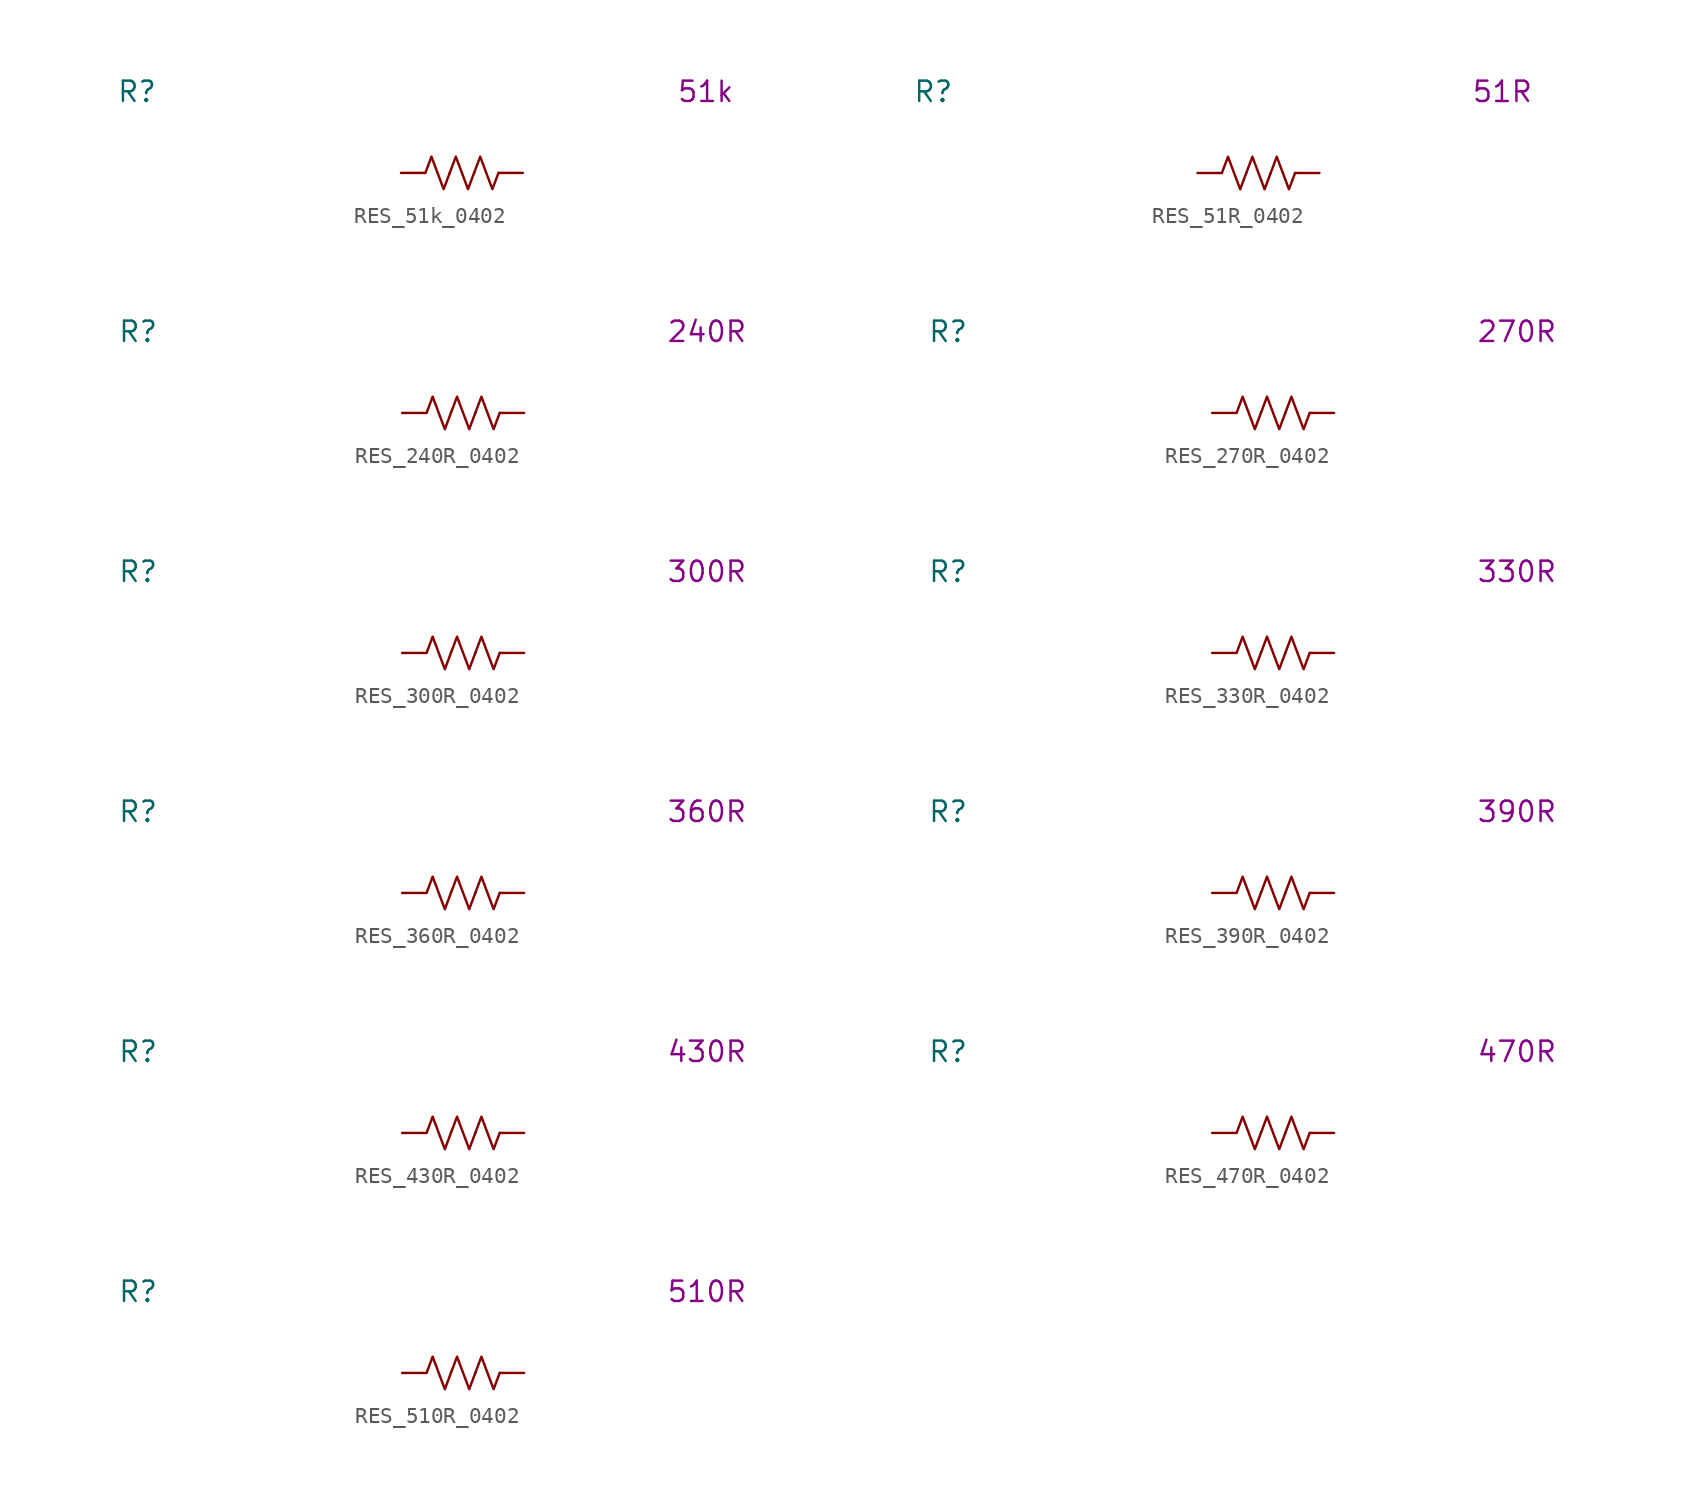
<source format=kicad_sym>
(kicad_symbol_lib
  (version 20231120)
  (generator "kicad_symbol_editor")
  (generator_version "8.0")
  (symbol "RES_51k_0402"
    (pin_numbers hide)
    (property "Reference" "R"
      (at -20.32 5.08 0)
      (effects (font (size 1.27 1.27))))
    (property "Display Value" "51k"
      (at 15.24 5.08 0)
      (effects (font (size 1.27 1.27))))
    (symbol "RES_51k_0402_0_1"
      (polyline (pts (xy -2.286 0) (xy -2.54 0)) (stroke (width 0) (type default)) (fill (type none)))
      (polyline (pts (xy 2.286 0) (xy 2.54 0)) (stroke (width 0) (type default)) (fill (type none)))
      (polyline (pts (xy -2.286 0) (xy -1.905 1.016) (xy -1.524 0) (xy -1.143 -1.016) (xy -0.762 0)) (stroke (width 0) (type default)) (fill (type none)))
      (polyline (pts (xy -0.762 0) (xy -0.381 1.016) (xy 0 0) (xy 0.381 -1.016) (xy 0.762 0)) (stroke (width 0) (type default)) (fill (type none)))
      (polyline (pts (xy 0.762 0) (xy 1.143 1.016) (xy 1.524 0) (xy 1.905 -1.016) (xy 2.286 0)) (stroke (width 0) (type default)) (fill (type none))))
    (symbol "RES_51k_0402_1_1"
      (pin passive line (at -3.81 0 0) (length 1.27) (name "~" (effects (font (size 1.27 1.27)))) (number "1" (effects (font (size 1.27 1.27)))))
      (pin passive line (at 3.81 0 180) (length 1.27) (name "~" (effects (font (size 1.27 1.27)))) (number "2" (effects (font (size 1.27 1.27)))))))
  (symbol "RES_51R_0402"
    (pin_numbers hide)
    (property "Reference" "R"
      (at -20.32 5.08 0)
      (effects (font (size 1.27 1.27))))
    (property "Display Value" "51R"
      (at 15.24 5.08 0)
      (effects (font (size 1.27 1.27))))
    (symbol "RES_51R_0402_0_1"
      (polyline (pts (xy -2.286 0) (xy -2.54 0)) (stroke (width 0) (type default)) (fill (type none)))
      (polyline (pts (xy 2.286 0) (xy 2.54 0)) (stroke (width 0) (type default)) (fill (type none)))
      (polyline (pts (xy -2.286 0) (xy -1.905 1.016) (xy -1.524 0) (xy -1.143 -1.016) (xy -0.762 0)) (stroke (width 0) (type default)) (fill (type none)))
      (polyline (pts (xy -0.762 0) (xy -0.381 1.016) (xy 0 0) (xy 0.381 -1.016) (xy 0.762 0)) (stroke (width 0) (type default)) (fill (type none)))
      (polyline (pts (xy 0.762 0) (xy 1.143 1.016) (xy 1.524 0) (xy 1.905 -1.016) (xy 2.286 0)) (stroke (width 0) (type default)) (fill (type none))))
    (symbol "RES_51R_0402_1_1"
      (pin passive line (at -3.81 0 0) (length 1.27) (name "~" (effects (font (size 1.27 1.27)))) (number "1" (effects (font (size 1.27 1.27)))))
      (pin passive line (at 3.81 0 180) (length 1.27) (name "~" (effects (font (size 1.27 1.27)))) (number "2" (effects (font (size 1.27 1.27)))))))
  (symbol "RES_240R_0402"
    (pin_numbers hide)
    (property "Reference" "R"
      (at -20.32 5.08 0)
      (effects (font (size 1.27 1.27))))
    (property "Display Value" "240R"
      (at 15.24 5.08 0)
      (effects (font (size 1.27 1.27))))
    (symbol "RES_240R_0402_0_1"
      (polyline (pts (xy -2.286 0) (xy -2.54 0)) (stroke (width 0) (type default)) (fill (type none)))
      (polyline (pts (xy 2.286 0) (xy 2.54 0)) (stroke (width 0) (type default)) (fill (type none)))
      (polyline (pts (xy -2.286 0) (xy -1.905 1.016) (xy -1.524 0) (xy -1.143 -1.016) (xy -0.762 0)) (stroke (width 0) (type default)) (fill (type none)))
      (polyline (pts (xy -0.762 0) (xy -0.381 1.016) (xy 0 0) (xy 0.381 -1.016) (xy 0.762 0)) (stroke (width 0) (type default)) (fill (type none)))
      (polyline (pts (xy 0.762 0) (xy 1.143 1.016) (xy 1.524 0) (xy 1.905 -1.016) (xy 2.286 0)) (stroke (width 0) (type default)) (fill (type none))))
    (symbol "RES_240R_0402_1_1"
      (pin passive line (at -3.81 0 0) (length 1.27) (name "~" (effects (font (size 1.27 1.27)))) (number "1" (effects (font (size 1.27 1.27)))))
      (pin passive line (at 3.81 0 180) (length 1.27) (name "~" (effects (font (size 1.27 1.27)))) (number "2" (effects (font (size 1.27 1.27)))))))
  (symbol "RES_270R_0402"
    (pin_numbers hide)
    (property "Reference" "R"
      (at -20.32 5.08 0)
      (effects (font (size 1.27 1.27))))
    (property "Display Value" "270R"
      (at 15.24 5.08 0)
      (effects (font (size 1.27 1.27))))
    (symbol "RES_270R_0402_0_1"
      (polyline (pts (xy -2.286 0) (xy -2.54 0)) (stroke (width 0) (type default)) (fill (type none)))
      (polyline (pts (xy 2.286 0) (xy 2.54 0)) (stroke (width 0) (type default)) (fill (type none)))
      (polyline (pts (xy -2.286 0) (xy -1.905 1.016) (xy -1.524 0) (xy -1.143 -1.016) (xy -0.762 0)) (stroke (width 0) (type default)) (fill (type none)))
      (polyline (pts (xy -0.762 0) (xy -0.381 1.016) (xy 0 0) (xy 0.381 -1.016) (xy 0.762 0)) (stroke (width 0) (type default)) (fill (type none)))
      (polyline (pts (xy 0.762 0) (xy 1.143 1.016) (xy 1.524 0) (xy 1.905 -1.016) (xy 2.286 0)) (stroke (width 0) (type default)) (fill (type none))))
    (symbol "RES_270R_0402_1_1"
      (pin passive line (at -3.81 0 0) (length 1.27) (name "~" (effects (font (size 1.27 1.27)))) (number "1" (effects (font (size 1.27 1.27)))))
      (pin passive line (at 3.81 0 180) (length 1.27) (name "~" (effects (font (size 1.27 1.27)))) (number "2" (effects (font (size 1.27 1.27)))))))
  (symbol "RES_300R_0402"
    (pin_numbers hide)
    (property "Reference" "R"
      (at -20.32 5.08 0)
      (effects (font (size 1.27 1.27))))
    (property "Display Value" "300R"
      (at 15.24 5.08 0)
      (effects (font (size 1.27 1.27))))
    (symbol "RES_300R_0402_0_1"
      (polyline (pts (xy -2.286 0) (xy -2.54 0)) (stroke (width 0) (type default)) (fill (type none)))
      (polyline (pts (xy 2.286 0) (xy 2.54 0)) (stroke (width 0) (type default)) (fill (type none)))
      (polyline (pts (xy -2.286 0) (xy -1.905 1.016) (xy -1.524 0) (xy -1.143 -1.016) (xy -0.762 0)) (stroke (width 0) (type default)) (fill (type none)))
      (polyline (pts (xy -0.762 0) (xy -0.381 1.016) (xy 0 0) (xy 0.381 -1.016) (xy 0.762 0)) (stroke (width 0) (type default)) (fill (type none)))
      (polyline (pts (xy 0.762 0) (xy 1.143 1.016) (xy 1.524 0) (xy 1.905 -1.016) (xy 2.286 0)) (stroke (width 0) (type default)) (fill (type none))))
    (symbol "RES_300R_0402_1_1"
      (pin passive line (at -3.81 0 0) (length 1.27) (name "~" (effects (font (size 1.27 1.27)))) (number "1" (effects (font (size 1.27 1.27)))))
      (pin passive line (at 3.81 0 180) (length 1.27) (name "~" (effects (font (size 1.27 1.27)))) (number "2" (effects (font (size 1.27 1.27)))))))
  (symbol "RES_330R_0402"
    (pin_numbers hide)
    (property "Reference" "R"
      (at -20.32 5.08 0)
      (effects (font (size 1.27 1.27))))
    (property "Display Value" "330R"
      (at 15.24 5.08 0)
      (effects (font (size 1.27 1.27))))
    (symbol "RES_330R_0402_0_1"
      (polyline (pts (xy -2.286 0) (xy -2.54 0)) (stroke (width 0) (type default)) (fill (type none)))
      (polyline (pts (xy 2.286 0) (xy 2.54 0)) (stroke (width 0) (type default)) (fill (type none)))
      (polyline (pts (xy -2.286 0) (xy -1.905 1.016) (xy -1.524 0) (xy -1.143 -1.016) (xy -0.762 0)) (stroke (width 0) (type default)) (fill (type none)))
      (polyline (pts (xy -0.762 0) (xy -0.381 1.016) (xy 0 0) (xy 0.381 -1.016) (xy 0.762 0)) (stroke (width 0) (type default)) (fill (type none)))
      (polyline (pts (xy 0.762 0) (xy 1.143 1.016) (xy 1.524 0) (xy 1.905 -1.016) (xy 2.286 0)) (stroke (width 0) (type default)) (fill (type none))))
    (symbol "RES_330R_0402_1_1"
      (pin passive line (at -3.81 0 0) (length 1.27) (name "~" (effects (font (size 1.27 1.27)))) (number "1" (effects (font (size 1.27 1.27)))))
      (pin passive line (at 3.81 0 180) (length 1.27) (name "~" (effects (font (size 1.27 1.27)))) (number "2" (effects (font (size 1.27 1.27)))))))
  (symbol "RES_360R_0402"
    (pin_numbers hide)
    (property "Reference" "R"
      (at -20.32 5.08 0)
      (effects (font (size 1.27 1.27))))
    (property "Display Value" "360R"
      (at 15.24 5.08 0)
      (effects (font (size 1.27 1.27))))
    (symbol "RES_360R_0402_0_1"
      (polyline (pts (xy -2.286 0) (xy -2.54 0)) (stroke (width 0) (type default)) (fill (type none)))
      (polyline (pts (xy 2.286 0) (xy 2.54 0)) (stroke (width 0) (type default)) (fill (type none)))
      (polyline (pts (xy -2.286 0) (xy -1.905 1.016) (xy -1.524 0) (xy -1.143 -1.016) (xy -0.762 0)) (stroke (width 0) (type default)) (fill (type none)))
      (polyline (pts (xy -0.762 0) (xy -0.381 1.016) (xy 0 0) (xy 0.381 -1.016) (xy 0.762 0)) (stroke (width 0) (type default)) (fill (type none)))
      (polyline (pts (xy 0.762 0) (xy 1.143 1.016) (xy 1.524 0) (xy 1.905 -1.016) (xy 2.286 0)) (stroke (width 0) (type default)) (fill (type none))))
    (symbol "RES_360R_0402_1_1"
      (pin passive line (at -3.81 0 0) (length 1.27) (name "~" (effects (font (size 1.27 1.27)))) (number "1" (effects (font (size 1.27 1.27)))))
      (pin passive line (at 3.81 0 180) (length 1.27) (name "~" (effects (font (size 1.27 1.27)))) (number "2" (effects (font (size 1.27 1.27)))))))
  (symbol "RES_390R_0402"
    (pin_numbers hide)
    (property "Reference" "R"
      (at -20.32 5.08 0)
      (effects (font (size 1.27 1.27))))
    (property "Display Value" "390R"
      (at 15.24 5.08 0)
      (effects (font (size 1.27 1.27))))
    (symbol "RES_390R_0402_0_1"
      (polyline (pts (xy -2.286 0) (xy -2.54 0)) (stroke (width 0) (type default)) (fill (type none)))
      (polyline (pts (xy 2.286 0) (xy 2.54 0)) (stroke (width 0) (type default)) (fill (type none)))
      (polyline (pts (xy -2.286 0) (xy -1.905 1.016) (xy -1.524 0) (xy -1.143 -1.016) (xy -0.762 0)) (stroke (width 0) (type default)) (fill (type none)))
      (polyline (pts (xy -0.762 0) (xy -0.381 1.016) (xy 0 0) (xy 0.381 -1.016) (xy 0.762 0)) (stroke (width 0) (type default)) (fill (type none)))
      (polyline (pts (xy 0.762 0) (xy 1.143 1.016) (xy 1.524 0) (xy 1.905 -1.016) (xy 2.286 0)) (stroke (width 0) (type default)) (fill (type none))))
    (symbol "RES_390R_0402_1_1"
      (pin passive line (at -3.81 0 0) (length 1.27) (name "~" (effects (font (size 1.27 1.27)))) (number "1" (effects (font (size 1.27 1.27)))))
      (pin passive line (at 3.81 0 180) (length 1.27) (name "~" (effects (font (size 1.27 1.27)))) (number "2" (effects (font (size 1.27 1.27)))))))
  (symbol "RES_430R_0402"
    (pin_numbers hide)
    (property "Reference" "R"
      (at -20.32 5.08 0)
      (effects (font (size 1.27 1.27))))
    (property "Display Value" "430R"
      (at 15.24 5.08 0)
      (effects (font (size 1.27 1.27))))
    (symbol "RES_430R_0402_0_1"
      (polyline (pts (xy -2.286 0) (xy -2.54 0)) (stroke (width 0) (type default)) (fill (type none)))
      (polyline (pts (xy 2.286 0) (xy 2.54 0)) (stroke (width 0) (type default)) (fill (type none)))
      (polyline (pts (xy -2.286 0) (xy -1.905 1.016) (xy -1.524 0) (xy -1.143 -1.016) (xy -0.762 0)) (stroke (width 0) (type default)) (fill (type none)))
      (polyline (pts (xy -0.762 0) (xy -0.381 1.016) (xy 0 0) (xy 0.381 -1.016) (xy 0.762 0)) (stroke (width 0) (type default)) (fill (type none)))
      (polyline (pts (xy 0.762 0) (xy 1.143 1.016) (xy 1.524 0) (xy 1.905 -1.016) (xy 2.286 0)) (stroke (width 0) (type default)) (fill (type none))))
    (symbol "RES_430R_0402_1_1"
      (pin passive line (at -3.81 0 0) (length 1.27) (name "~" (effects (font (size 1.27 1.27)))) (number "1" (effects (font (size 1.27 1.27)))))
      (pin passive line (at 3.81 0 180) (length 1.27) (name "~" (effects (font (size 1.27 1.27)))) (number "2" (effects (font (size 1.27 1.27)))))))
  (symbol "RES_470R_0402"
    (pin_numbers hide)
    (property "Reference" "R"
      (at -20.32 5.08 0)
      (effects (font (size 1.27 1.27))))
    (property "Display Value" "470R"
      (at 15.24 5.08 0)
      (effects (font (size 1.27 1.27))))
    (symbol "RES_470R_0402_0_1"
      (polyline (pts (xy -2.286 0) (xy -2.54 0)) (stroke (width 0) (type default)) (fill (type none)))
      (polyline (pts (xy 2.286 0) (xy 2.54 0)) (stroke (width 0) (type default)) (fill (type none)))
      (polyline (pts (xy -2.286 0) (xy -1.905 1.016) (xy -1.524 0) (xy -1.143 -1.016) (xy -0.762 0)) (stroke (width 0) (type default)) (fill (type none)))
      (polyline (pts (xy -0.762 0) (xy -0.381 1.016) (xy 0 0) (xy 0.381 -1.016) (xy 0.762 0)) (stroke (width 0) (type default)) (fill (type none)))
      (polyline (pts (xy 0.762 0) (xy 1.143 1.016) (xy 1.524 0) (xy 1.905 -1.016) (xy 2.286 0)) (stroke (width 0) (type default)) (fill (type none))))
    (symbol "RES_470R_0402_1_1"
      (pin passive line (at -3.81 0 0) (length 1.27) (name "~" (effects (font (size 1.27 1.27)))) (number "1" (effects (font (size 1.27 1.27)))))
      (pin passive line (at 3.81 0 180) (length 1.27) (name "~" (effects (font (size 1.27 1.27)))) (number "2" (effects (font (size 1.27 1.27)))))))
  (symbol "RES_510R_0402"
    (pin_numbers hide)
    (property "Reference" "R"
      (at -20.32 5.08 0)
      (effects (font (size 1.27 1.27))))
    (property "Display Value" "510R"
      (at 15.24 5.08 0)
      (effects (font (size 1.27 1.27))))
    (symbol "RES_510R_0402_0_1"
      (polyline (pts (xy -2.286 0) (xy -2.54 0)) (stroke (width 0) (type default)) (fill (type none)))
      (polyline (pts (xy 2.286 0) (xy 2.54 0)) (stroke (width 0) (type default)) (fill (type none)))
      (polyline (pts (xy -2.286 0) (xy -1.905 1.016) (xy -1.524 0) (xy -1.143 -1.016) (xy -0.762 0)) (stroke (width 0) (type default)) (fill (type none)))
      (polyline (pts (xy -0.762 0) (xy -0.381 1.016) (xy 0 0) (xy 0.381 -1.016) (xy 0.762 0)) (stroke (width 0) (type default)) (fill (type none)))
      (polyline (pts (xy 0.762 0) (xy 1.143 1.016) (xy 1.524 0) (xy 1.905 -1.016) (xy 2.286 0)) (stroke (width 0) (type default)) (fill (type none))))
    (symbol "RES_510R_0402_1_1"
      (pin passive line (at -3.81 0 0) (length 1.27) (name "~" (effects (font (size 1.27 1.27)))) (number "1" (effects (font (size 1.27 1.27)))))
      (pin passive line (at 3.81 0 180) (length 1.27) (name "~" (effects (font (size 1.27 1.27)))) (number "2" (effects (font (size 1.27 1.27))))))))
</source>
